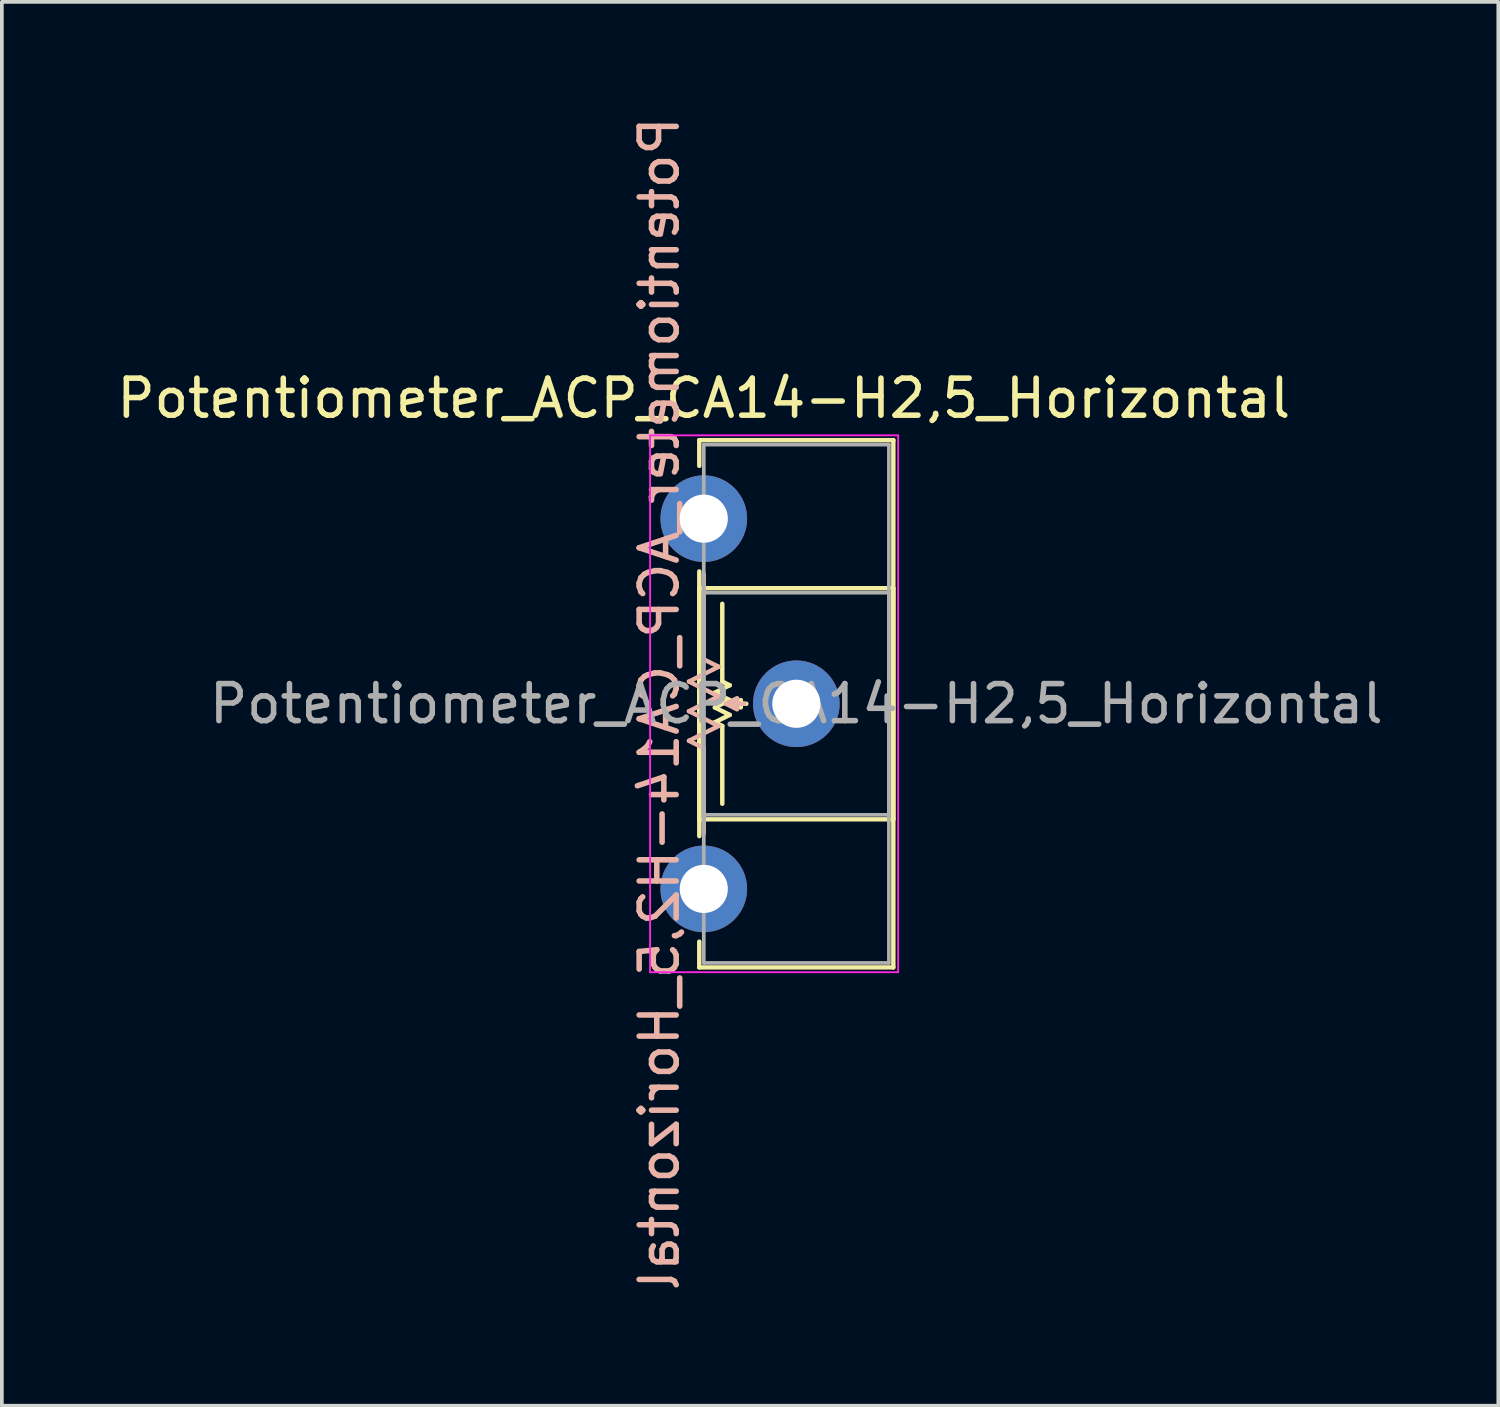
<source format=kicad_pcb>
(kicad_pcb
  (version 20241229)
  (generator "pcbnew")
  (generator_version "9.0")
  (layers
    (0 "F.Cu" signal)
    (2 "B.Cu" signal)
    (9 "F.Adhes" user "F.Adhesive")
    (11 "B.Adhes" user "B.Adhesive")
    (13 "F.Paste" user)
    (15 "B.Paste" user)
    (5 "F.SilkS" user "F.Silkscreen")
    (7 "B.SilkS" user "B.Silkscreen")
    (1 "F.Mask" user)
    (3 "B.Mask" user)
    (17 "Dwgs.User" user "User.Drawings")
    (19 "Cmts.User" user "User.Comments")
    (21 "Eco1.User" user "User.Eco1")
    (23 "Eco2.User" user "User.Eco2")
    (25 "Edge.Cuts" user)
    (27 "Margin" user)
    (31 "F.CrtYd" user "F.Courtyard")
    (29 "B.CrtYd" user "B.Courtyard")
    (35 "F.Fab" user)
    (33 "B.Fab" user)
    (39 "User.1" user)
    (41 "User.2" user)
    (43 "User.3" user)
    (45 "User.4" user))
  (footprint "Potentiometer_ACP_CA14-H2,5_Horizontal"
    (layer "F.Cu")
    (at 15.958 10.958)
    (property "Reference" "Potentiometer_ACP_CA14-H2,5_Horizontal" (at 0 -3.25 0) (layer "F.SilkS") (effects (font (size 1 1) (thickness 0.15))))
    (attr through_hole)
    (fp_line (start -0.121 -2.12) (end -0.121 -1.426) (stroke (width 0.12) (type solid)) (layer "F.SilkS"))
    (fp_line (start -0.121 -2.12) (end 5.12 -2.12) (stroke (width 0.12) (type solid)) (layer "F.SilkS"))
    (fp_line (start -0.121 1.426) (end -0.121 8.575) (stroke (width 0.12) (type solid)) (layer "F.SilkS"))
    (fp_line (start -0.121 1.88) (end -0.121 8.121) (stroke (width 0.12) (type solid)) (layer "F.SilkS"))
    (fp_line (start -0.121 1.88) (end 5.12 1.88) (stroke (width 0.12) (type solid)) (layer "F.SilkS"))
    (fp_line (start -0.121 8.121) (end 5.12 8.121) (stroke (width 0.12) (type solid)) (layer "F.SilkS"))
    (fp_line (start -0.121 11.425) (end -0.121 12.12) (stroke (width 0.12) (type solid)) (layer "F.SilkS"))
    (fp_line (start -0.121 12.12) (end 5.12 12.12) (stroke (width 0.12) (type solid)) (layer "F.SilkS"))
    (fp_line (start 0.3 4.7) (end 0.7 4.9) (stroke (width 0.12) (type solid)) (layer "F.SilkS"))
    (fp_line (start 0.3 5.1) (end 0.7 5.3) (stroke (width 0.12) (type solid)) (layer "F.SilkS"))
    (fp_line (start 0.3 5.5) (end 0.5 5.6) (stroke (width 0.12) (type solid)) (layer "F.SilkS"))
    (fp_line (start 0.5 4.4) (end 0.5 2.3) (stroke (width 0.12) (type solid)) (layer "F.SilkS"))
    (fp_line (start 0.5 4.4) (end 0.7 4.5) (stroke (width 0.12) (type solid)) (layer "F.SilkS"))
    (fp_line (start 0.5 5.6) (end 0.5 7.7) (stroke (width 0.12) (type solid)) (layer "F.SilkS"))
    (fp_line (start 0.7 4.5) (end 0.3 4.7) (stroke (width 0.12) (type solid)) (layer "F.SilkS"))
    (fp_line (start 0.7 4.9) (end 0.3 5.1) (stroke (width 0.12) (type solid)) (layer "F.SilkS"))
    (fp_line (start 0.7 5.3) (end 0.3 5.5) (stroke (width 0.12) (type solid)) (layer "F.SilkS"))
    (fp_line (start 1.15 5) (end 0.85 5) (stroke (width 0.12) (type solid)) (layer "F.SilkS"))
    (fp_line (start 5.12 -2.12) (end 5.12 12.12) (stroke (width 0.12) (type solid)) (layer "F.SilkS"))
    (fp_line (start 5.12 1.88) (end 5.12 8.121) (stroke (width 0.12) (type solid)) (layer "F.SilkS"))
    (fp_poly (pts (xy 1 5.1) (xy 0.85 5) (xy 1 4.9)) (stroke (width 0.12) (type solid)) (fill yes) (layer "F.SilkS"))
    (fp_line (start -0.4 4.4) (end 0 4.2) (stroke (width 0.12) (type solid)) (layer "B.SilkS"))
    (fp_line (start -0.4 5.2) (end 0 5) (stroke (width 0.12) (type solid)) (layer "B.SilkS"))
    (fp_line (start -0.4 6) (end 0 5.8) (stroke (width 0.12) (type solid)) (layer "B.SilkS"))
    (fp_line (start 0 1.5) (end 0 3.8) (stroke (width 0.12) (type solid)) (layer "B.SilkS"))
    (fp_line (start 0 3.8) (end 0.4 4) (stroke (width 0.12) (type solid)) (layer "B.SilkS"))
    (fp_line (start 0 4.6) (end -0.4 4.4) (stroke (width 0.12) (type solid)) (layer "B.SilkS"))
    (fp_line (start 0 4.6) (end 0.4 4.8) (stroke (width 0.12) (type solid)) (layer "B.SilkS"))
    (fp_line (start 0 5.4) (end -0.4 5.2) (stroke (width 0.12) (type solid)) (layer "B.SilkS"))
    (fp_line (start 0 5.4) (end 0.4 5.6) (stroke (width 0.12) (type solid)) (layer "B.SilkS"))
    (fp_line (start 0 6.2) (end -0.4 6) (stroke (width 0.12) (type solid)) (layer "B.SilkS"))
    (fp_line (start 0 6.2) (end 0 8.5) (stroke (width 0.12) (type solid)) (layer "B.SilkS"))
    (fp_line (start 0.4 4) (end 0 4.2) (stroke (width 0.12) (type solid)) (layer "B.SilkS"))
    (fp_line (start 0.4 4.8) (end 0 5) (stroke (width 0.12) (type solid)) (layer "B.SilkS"))
    (fp_line (start 0.4 5.6) (end 0 5.8) (stroke (width 0.12) (type solid)) (layer "B.SilkS"))
    (fp_line (start 1.1 5) (end 0.6 5) (stroke (width 0.12) (type solid)) (layer "B.SilkS"))
    (fp_poly (pts (xy 0.9 5.15) (xy 0.6 5) (xy 0.9 4.85)) (stroke (width 0.12) (type solid)) (fill yes) (layer "B.SilkS"))
    (fp_line (start -1.45 -2.25) (end -1.45 12.25) (stroke (width 0.05) (type solid)) (layer "F.CrtYd"))
    (fp_line (start -1.45 12.25) (end 5.25 12.25) (stroke (width 0.05) (type solid)) (layer "F.CrtYd"))
    (fp_line (start 5.25 -2.25) (end -1.45 -2.25) (stroke (width 0.05) (type solid)) (layer "F.CrtYd"))
    (fp_line (start 5.25 12.25) (end 5.25 -2.25) (stroke (width 0.05) (type solid)) (layer "F.CrtYd"))
    (fp_line (start 0 -2) (end 5 -2) (stroke (width 0.1) (type solid)) (layer "F.Fab"))
    (fp_line (start 0 2) (end 0 8) (stroke (width 0.1) (type solid)) (layer "F.Fab"))
    (fp_line (start 0 8) (end 5 8) (stroke (width 0.1) (type solid)) (layer "F.Fab"))
    (fp_line (start 0 12) (end 0 -2) (stroke (width 0.1) (type solid)) (layer "F.Fab"))
    (fp_line (start 5 -2) (end 5 12) (stroke (width 0.1) (type solid)) (layer "F.Fab"))
    (fp_line (start 5 2) (end 0 2) (stroke (width 0.1) (type solid)) (layer "F.Fab"))
    (fp_line (start 5 8) (end 5 2) (stroke (width 0.1) (type solid)) (layer "F.Fab"))
    (fp_line (start 5 12) (end 0 12) (stroke (width 0.1) (type solid)) (layer "F.Fab"))
    (fp_text user "${REFERENCE}" (at -1.2 5 90) (unlocked yes) (layer "B.SilkS") (effects (font (size 1 1) (thickness 0.15)) (justify mirror)))
    (fp_text user "${REFERENCE}" (at 2.5 5 0) (layer "F.Fab") (effects (font (size 1 1) (thickness 0.15))))
    (pad "1" thru_hole circle (at 0 0) (size 2.34 2.34) (drill 1.3) (layers "*.Cu" "*.Mask"))
    (pad "2" thru_hole circle (at 2.5 5) (size 2.34 2.34) (drill 1.3) (layers "*.Cu" "*.Mask"))
    (pad "3" thru_hole circle (at 0 10) (size 2.34 2.34) (drill 1.3) (layers "*.Cu" "*.Mask")))
  (gr_rect
    (start -3 -3)
    (end 37.417 34.917)
    (stroke (width 0.1) (type default))
    (fill no)
    (layer "Edge.Cuts")))
</source>
